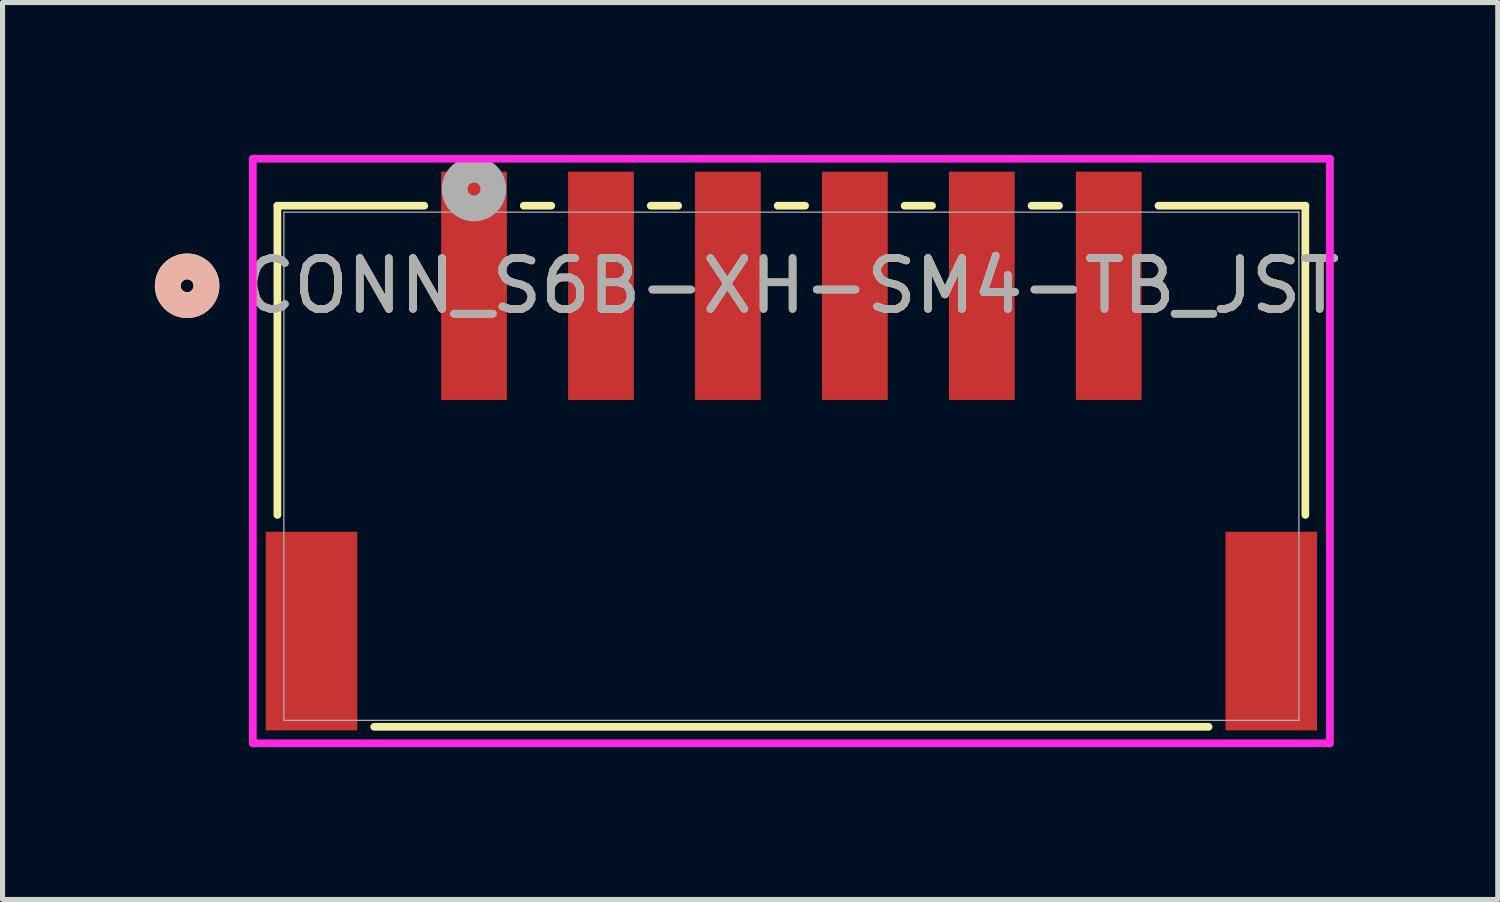
<source format=kicad_pcb>
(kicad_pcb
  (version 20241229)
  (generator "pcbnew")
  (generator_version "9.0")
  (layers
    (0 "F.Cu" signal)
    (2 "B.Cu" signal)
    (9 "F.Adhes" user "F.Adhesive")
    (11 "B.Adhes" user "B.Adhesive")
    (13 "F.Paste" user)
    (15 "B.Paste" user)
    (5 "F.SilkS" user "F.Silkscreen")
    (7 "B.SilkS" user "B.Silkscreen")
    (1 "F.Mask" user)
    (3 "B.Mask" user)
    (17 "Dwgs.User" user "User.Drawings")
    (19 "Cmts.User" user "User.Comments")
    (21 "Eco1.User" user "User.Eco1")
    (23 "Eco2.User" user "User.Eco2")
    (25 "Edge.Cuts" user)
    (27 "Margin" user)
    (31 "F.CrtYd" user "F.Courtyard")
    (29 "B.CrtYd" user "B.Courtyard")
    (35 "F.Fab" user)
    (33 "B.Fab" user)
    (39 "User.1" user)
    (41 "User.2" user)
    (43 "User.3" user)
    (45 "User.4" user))
  (footprint "CONN_S6B-XH-SM4-TB_JST"
    (layer "F.Cu")
    (at 12.535 6.132)
    (property "Reference" "CONN_S6B-XH-SM4-TB_JST" (at 0 -3.554 0) (unlocked yes) (layer "F.SilkS") (effects (font (size 1 1) (thickness 0.15))))
    (attr smd)
    (fp_line (start -10.122 -5.131) (end -10.122 0.958) (stroke (width 0.152) (type solid)) (layer "F.SilkS"))
    (fp_line (start -8.216 5.131) (end 8.216 5.131) (stroke (width 0.152) (type solid)) (layer "F.SilkS"))
    (fp_line (start -7.23 -5.131) (end -10.122 -5.131) (stroke (width 0.152) (type solid)) (layer "F.SilkS"))
    (fp_line (start -4.73 -5.131) (end -5.27 -5.131) (stroke (width 0.152) (type solid)) (layer "F.SilkS"))
    (fp_line (start -2.23 -5.131) (end -2.77 -5.131) (stroke (width 0.152) (type solid)) (layer "F.SilkS"))
    (fp_line (start 0.27 -5.131) (end -0.27 -5.131) (stroke (width 0.152) (type solid)) (layer "F.SilkS"))
    (fp_line (start 2.77 -5.131) (end 2.23 -5.131) (stroke (width 0.152) (type solid)) (layer "F.SilkS"))
    (fp_line (start 5.27 -5.131) (end 4.73 -5.131) (stroke (width 0.152) (type solid)) (layer "F.SilkS"))
    (fp_line (start 10.122 -5.131) (end 7.23 -5.131) (stroke (width 0.152) (type solid)) (layer "F.SilkS"))
    (fp_line (start 10.122 0.958) (end 10.122 -5.131) (stroke (width 0.152) (type solid)) (layer "F.SilkS"))
    (fp_circle (center -11.9 -3.554) (end -11.519 -3.554) (stroke (width 0.508) (type solid)) (fill no) (layer "F.SilkS"))
    (fp_circle (center -11.9 -3.554) (end -11.519 -3.554) (stroke (width 0.508) (type solid)) (fill no) (layer "B.SilkS"))
    (fp_line (start -10.606 -6.056) (end -10.606 5.456) (stroke (width 0.152) (type solid)) (layer "F.CrtYd"))
    (fp_line (start -10.606 5.456) (end 10.606 5.456) (stroke (width 0.152) (type solid)) (layer "F.CrtYd"))
    (fp_line (start 10.606 -6.056) (end -10.606 -6.056) (stroke (width 0.152) (type solid)) (layer "F.CrtYd"))
    (fp_line (start 10.606 5.456) (end 10.606 -6.056) (stroke (width 0.152) (type solid)) (layer "F.CrtYd"))
    (fp_line (start -9.995 -5.004) (end -9.995 5.004) (stroke (width 0.025) (type solid)) (layer "F.Fab"))
    (fp_line (start -9.995 5.004) (end 9.995 5.004) (stroke (width 0.025) (type solid)) (layer "F.Fab"))
    (fp_line (start 9.995 -5.004) (end -9.995 -5.004) (stroke (width 0.025) (type solid)) (layer "F.Fab"))
    (fp_line (start 9.995 5.004) (end 9.995 -5.004) (stroke (width 0.025) (type solid)) (layer "F.Fab"))
    (fp_circle (center -6.25 -5.459) (end -5.869 -5.459) (stroke (width 0.508) (type solid)) (fill no) (layer "F.Fab"))
    (fp_text user "${REFERENCE}" (at 0 -3.554 0) (unlocked yes) (layer "F.Fab") (effects (font (size 1 1) (thickness 0.15))))
    (pad "1" smd rect (at -6.25 -3.554) (size 1.295 4.496) (layers "F.Cu" "F.Mask" "F.Paste"))
    (pad "2" smd rect (at -3.75 -3.554) (size 1.295 4.496) (layers "F.Cu" "F.Mask" "F.Paste"))
    (pad "3" smd rect (at -1.25 -3.554) (size 1.295 4.496) (layers "F.Cu" "F.Mask" "F.Paste"))
    (pad "4" smd rect (at 1.25 -3.554) (size 1.295 4.496) (layers "F.Cu" "F.Mask" "F.Paste"))
    (pad "5" smd rect (at 3.75 -3.554) (size 1.295 4.496) (layers "F.Cu" "F.Mask" "F.Paste"))
    (pad "6" smd rect (at 6.25 -3.554) (size 1.295 4.496) (layers "F.Cu" "F.Mask" "F.Paste"))
    (pad "7" smd rect (at -9.45 3.246) (size 1.803 3.912) (layers "F.Cu" "F.Mask" "F.Paste"))
    (pad "8" smd rect (at 9.45 3.246) (size 1.803 3.912) (layers "F.Cu" "F.Mask" "F.Paste")))
  (gr_rect
    (start -3 -3)
    (end 26.446 14.664)
    (stroke (width 0.1) (type default))
    (fill no)
    (layer "Edge.Cuts")))
</source>
